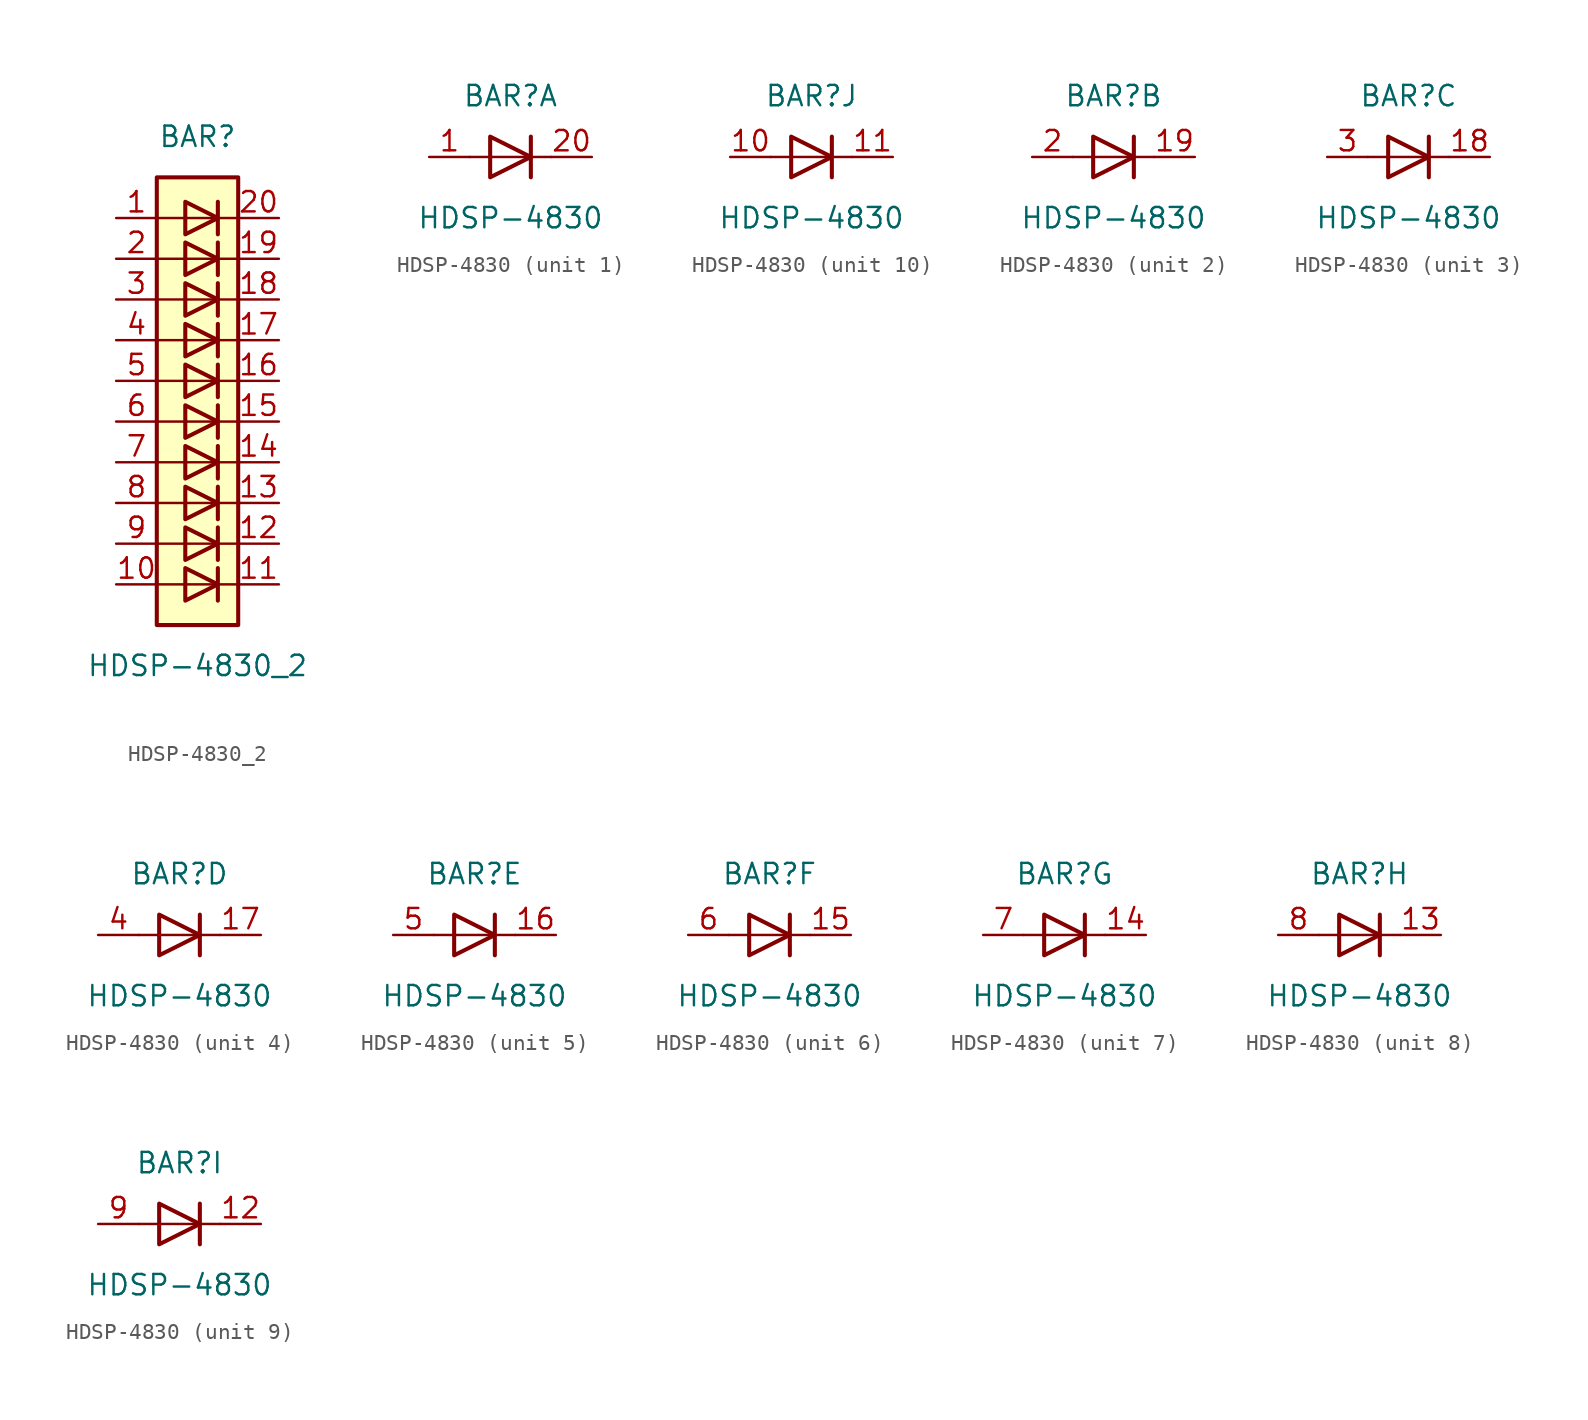
<source format=kicad_sym>
(kicad_symbol_lib
  (version 20201005)
  (generator kicad_symbol_editor)
  (symbol "LED:HDSP-4830_2"
    (pin_names
      (offset 1.016) hide)
    (property "Reference" "BAR"
      (at 0 15.24 0)
      (effects (font (size 1.27 1.27))))
    (property "Value" "HDSP-4830_2"
      (at 0 -17.78 0)
      (effects (font (size 1.27 1.27))))
    (symbol "HDSP-4830_2_0_1"
      (rectangle (start -2.54 12.7) (end 2.54 -15.24) (stroke (width 0.254)) (fill (type background)))
      (polyline (pts (xy -2.54 -12.7) (xy 2.54 -12.7)) (stroke (width 0)) (fill (type none)))
      (polyline (pts (xy -2.54 -10.16) (xy 2.54 -10.16)) (stroke (width 0)) (fill (type none)))
      (polyline (pts (xy -2.54 -7.62) (xy 2.54 -7.62)) (stroke (width 0)) (fill (type none)))
      (polyline (pts (xy -2.54 -5.08) (xy 2.54 -5.08)) (stroke (width 0)) (fill (type none)))
      (polyline (pts (xy -2.54 0) (xy 2.54 0)) (stroke (width 0)) (fill (type none)))
      (polyline (pts (xy -2.54 5.08) (xy 2.54 5.08)) (stroke (width 0)) (fill (type none)))
      (polyline (pts (xy -2.54 7.62) (xy 2.54 7.62)) (stroke (width 0)) (fill (type none)))
      (polyline (pts (xy -2.54 10.16) (xy 2.54 10.16)) (stroke (width 0)) (fill (type none)))
      (polyline (pts (xy 1.27 -11.684) (xy 1.27 -13.716)) (stroke (width 0.254)) (fill (type none)))
      (polyline (pts (xy 1.27 -9.144) (xy 1.27 -11.176)) (stroke (width 0.254)) (fill (type none)))
      (polyline (pts (xy 1.27 -6.604) (xy 1.27 -8.636)) (stroke (width 0.254)) (fill (type none)))
      (polyline (pts (xy 1.27 -4.064) (xy 1.27 -6.096)) (stroke (width 0.254)) (fill (type none)))
      (polyline (pts (xy 1.27 -1.524) (xy 1.27 -3.556)) (stroke (width 0.254)) (fill (type none)))
      (polyline (pts (xy 1.27 1.016) (xy 1.27 -1.016)) (stroke (width 0.254)) (fill (type none)))
      (polyline (pts (xy 1.27 3.556) (xy 1.27 1.524)) (stroke (width 0.254)) (fill (type none)))
      (polyline (pts (xy 1.27 6.096) (xy 1.27 4.064)) (stroke (width 0.254)) (fill (type none)))
      (polyline (pts (xy 1.27 8.636) (xy 1.27 6.604)) (stroke (width 0.254)) (fill (type none)))
      (polyline (pts (xy 1.27 11.176) (xy 1.27 9.144)) (stroke (width 0.254)) (fill (type none)))
      (polyline (pts (xy 2.54 -2.54) (xy -2.54 -2.54)) (stroke (width 0)) (fill (type none)))
      (polyline (pts (xy 2.54 2.54) (xy -2.54 2.54)) (stroke (width 0)) (fill (type none)))
      (polyline (pts (xy -0.762 -11.684) (xy -0.762 -13.716) (xy 1.27 -12.7) (xy -0.762 -11.684)) (stroke (width 0.254)) (fill (type none)))
      (polyline (pts (xy -0.762 -9.144) (xy -0.762 -11.176) (xy 1.27 -10.16) (xy -0.762 -9.144)) (stroke (width 0.254)) (fill (type none)))
      (polyline (pts (xy -0.762 -6.604) (xy -0.762 -8.636) (xy 1.27 -7.62) (xy -0.762 -6.604)) (stroke (width 0.254)) (fill (type none)))
      (polyline (pts (xy -0.762 -4.064) (xy -0.762 -6.096) (xy 1.27 -5.08) (xy -0.762 -4.064)) (stroke (width 0.254)) (fill (type none)))
      (polyline (pts (xy -0.762 -1.524) (xy -0.762 -3.556) (xy 1.27 -2.54) (xy -0.762 -1.524)) (stroke (width 0.254)) (fill (type none)))
      (polyline (pts (xy -0.762 1.016) (xy -0.762 -1.016) (xy 1.27 0) (xy -0.762 1.016)) (stroke (width 0.254)) (fill (type none)))
      (polyline (pts (xy -0.762 3.556) (xy -0.762 1.524) (xy 1.27 2.54) (xy -0.762 3.556)) (stroke (width 0.254)) (fill (type none)))
      (polyline (pts (xy -0.762 6.096) (xy -0.762 4.064) (xy 1.27 5.08) (xy -0.762 6.096)) (stroke (width 0.254)) (fill (type none)))
      (polyline (pts (xy -0.762 8.636) (xy -0.762 6.604) (xy 1.27 7.62) (xy -0.762 8.636)) (stroke (width 0.254)) (fill (type none)))
      (polyline (pts (xy -0.762 11.176) (xy -0.762 9.144) (xy 1.27 10.16) (xy -0.762 11.176)) (stroke (width 0.254)) (fill (type none))))
    (symbol "HDSP-4830_2_1_1"
      (pin passive line (at -5.08 10.16 0) (length 2.54) (name "A" (effects (font (size 1.27 1.27)))) (number "1" (effects (font (size 1.27 1.27)))))
      (pin passive line (at -5.08 -12.7 0) (length 2.54) (name "A" (effects (font (size 1.27 1.27)))) (number "10" (effects (font (size 1.27 1.27)))))
      (pin passive line (at 5.08 -12.7 180) (length 2.54) (name "K" (effects (font (size 1.27 1.27)))) (number "11" (effects (font (size 1.27 1.27)))))
      (pin passive line (at 5.08 -10.16 180) (length 2.54) (name "K" (effects (font (size 1.27 1.27)))) (number "12" (effects (font (size 1.27 1.27)))))
      (pin passive line (at 5.08 -7.62 180) (length 2.54) (name "K" (effects (font (size 1.27 1.27)))) (number "13" (effects (font (size 1.27 1.27)))))
      (pin passive line (at 5.08 -5.08 180) (length 2.54) (name "K" (effects (font (size 1.27 1.27)))) (number "14" (effects (font (size 1.27 1.27)))))
      (pin passive line (at 5.08 -2.54 180) (length 2.54) (name "K" (effects (font (size 1.27 1.27)))) (number "15" (effects (font (size 1.27 1.27)))))
      (pin passive line (at 5.08 0 180) (length 2.54) (name "K" (effects (font (size 1.27 1.27)))) (number "16" (effects (font (size 1.27 1.27)))))
      (pin passive line (at 5.08 2.54 180) (length 2.54) (name "K" (effects (font (size 1.27 1.27)))) (number "17" (effects (font (size 1.27 1.27)))))
      (pin passive line (at 5.08 5.08 180) (length 2.54) (name "K" (effects (font (size 1.27 1.27)))) (number "18" (effects (font (size 1.27 1.27)))))
      (pin passive line (at 5.08 7.62 180) (length 2.54) (name "K" (effects (font (size 1.27 1.27)))) (number "19" (effects (font (size 1.27 1.27)))))
      (pin passive line (at -5.08 7.62 0) (length 2.54) (name "A" (effects (font (size 1.27 1.27)))) (number "2" (effects (font (size 1.27 1.27)))))
      (pin passive line (at 5.08 10.16 180) (length 2.54) (name "K" (effects (font (size 1.27 1.27)))) (number "20" (effects (font (size 1.27 1.27)))))
      (pin passive line (at -5.08 5.08 0) (length 2.54) (name "A" (effects (font (size 1.27 1.27)))) (number "3" (effects (font (size 1.27 1.27)))))
      (pin passive line (at -5.08 2.54 0) (length 2.54) (name "A" (effects (font (size 1.27 1.27)))) (number "4" (effects (font (size 1.27 1.27)))))
      (pin passive line (at -5.08 0 0) (length 2.54) (name "A" (effects (font (size 1.27 1.27)))) (number "5" (effects (font (size 1.27 1.27)))))
      (pin passive line (at -5.08 -2.54 0) (length 2.54) (name "A" (effects (font (size 1.27 1.27)))) (number "6" (effects (font (size 1.27 1.27)))))
      (pin passive line (at -5.08 -5.08 0) (length 2.54) (name "A" (effects (font (size 1.27 1.27)))) (number "7" (effects (font (size 1.27 1.27)))))
      (pin passive line (at -5.08 -7.62 0) (length 2.54) (name "A" (effects (font (size 1.27 1.27)))) (number "8" (effects (font (size 1.27 1.27)))))
      (pin passive line (at -5.08 -10.16 0) (length 2.54) (name "A" (effects (font (size 1.27 1.27)))) (number "9" (effects (font (size 1.27 1.27)))))))
  (symbol "LED:HDSP-4830"
    (pin_names
      (offset 1.016) hide)
    (property "Reference" "BAR"
      (at 0 3.81 0)
      (effects (font (size 1.27 1.27))))
    (property "Value" "HDSP-4830"
      (at 0 -3.81 0)
      (effects (font (size 1.27 1.27))))
    (symbol "HDSP-4830_0_1"
      (polyline (pts (xy -2.54 0) (xy 2.54 0)) (stroke (width 0)) (fill (type none)))
      (polyline (pts (xy 1.27 -1.27) (xy 1.27 1.27)) (stroke (width 0.254)) (fill (type none)))
      (polyline (pts (xy -1.27 1.27) (xy -1.27 -1.27) (xy 1.27 0) (xy -1.27 1.27)) (stroke (width 0.254)) (fill (type none))))
    (symbol "HDSP-4830_1_1"
      (pin passive line (at -5.08 0 0) (length 2.54) (name "A" (effects (font (size 1.27 1.27)))) (number "1" (effects (font (size 1.27 1.27)))))
      (pin passive line (at 5.08 0 180) (length 2.54) (name "K" (effects (font (size 1.27 1.27)))) (number "20" (effects (font (size 1.27 1.27))))))
    (symbol "HDSP-4830_2_1"
      (pin passive line (at 5.08 0 180) (length 2.54) (name "K" (effects (font (size 1.27 1.27)))) (number "19" (effects (font (size 1.27 1.27)))))
      (pin passive line (at -5.08 0 0) (length 2.54) (name "A" (effects (font (size 1.27 1.27)))) (number "2" (effects (font (size 1.27 1.27))))))
    (symbol "HDSP-4830_3_1"
      (pin passive line (at 5.08 0 180) (length 2.54) (name "K" (effects (font (size 1.27 1.27)))) (number "18" (effects (font (size 1.27 1.27)))))
      (pin passive line (at -5.08 0 0) (length 2.54) (name "A" (effects (font (size 1.27 1.27)))) (number "3" (effects (font (size 1.27 1.27))))))
    (symbol "HDSP-4830_4_1"
      (pin passive line (at 5.08 0 180) (length 2.54) (name "K" (effects (font (size 1.27 1.27)))) (number "17" (effects (font (size 1.27 1.27)))))
      (pin passive line (at -5.08 0 0) (length 2.54) (name "A" (effects (font (size 1.27 1.27)))) (number "4" (effects (font (size 1.27 1.27))))))
    (symbol "HDSP-4830_5_1"
      (pin passive line (at 5.08 0 180) (length 2.54) (name "K" (effects (font (size 1.27 1.27)))) (number "16" (effects (font (size 1.27 1.27)))))
      (pin passive line (at -5.08 0 0) (length 2.54) (name "A" (effects (font (size 1.27 1.27)))) (number "5" (effects (font (size 1.27 1.27))))))
    (symbol "HDSP-4830_6_1"
      (pin passive line (at 5.08 0 180) (length 2.54) (name "K" (effects (font (size 1.27 1.27)))) (number "15" (effects (font (size 1.27 1.27)))))
      (pin passive line (at -5.08 0 0) (length 2.54) (name "A" (effects (font (size 1.27 1.27)))) (number "6" (effects (font (size 1.27 1.27))))))
    (symbol "HDSP-4830_7_1"
      (pin passive line (at 5.08 0 180) (length 2.54) (name "K" (effects (font (size 1.27 1.27)))) (number "14" (effects (font (size 1.27 1.27)))))
      (pin passive line (at -5.08 0 0) (length 2.54) (name "A" (effects (font (size 1.27 1.27)))) (number "7" (effects (font (size 1.27 1.27))))))
    (symbol "HDSP-4830_8_1"
      (pin passive line (at 5.08 0 180) (length 2.54) (name "K" (effects (font (size 1.27 1.27)))) (number "13" (effects (font (size 1.27 1.27)))))
      (pin passive line (at -5.08 0 0) (length 2.54) (name "A" (effects (font (size 1.27 1.27)))) (number "8" (effects (font (size 1.27 1.27))))))
    (symbol "HDSP-4830_9_1"
      (pin passive line (at 5.08 0 180) (length 2.54) (name "K" (effects (font (size 1.27 1.27)))) (number "12" (effects (font (size 1.27 1.27)))))
      (pin passive line (at -5.08 0 0) (length 2.54) (name "A" (effects (font (size 1.27 1.27)))) (number "9" (effects (font (size 1.27 1.27))))))
    (symbol "HDSP-4830_10_1"
      (pin passive line (at -5.08 0 0) (length 2.54) (name "A" (effects (font (size 1.27 1.27)))) (number "10" (effects (font (size 1.27 1.27)))))
      (pin passive line (at 5.08 0 180) (length 2.54) (name "K" (effects (font (size 1.27 1.27)))) (number "11" (effects (font (size 1.27 1.27))))))))
</source>
